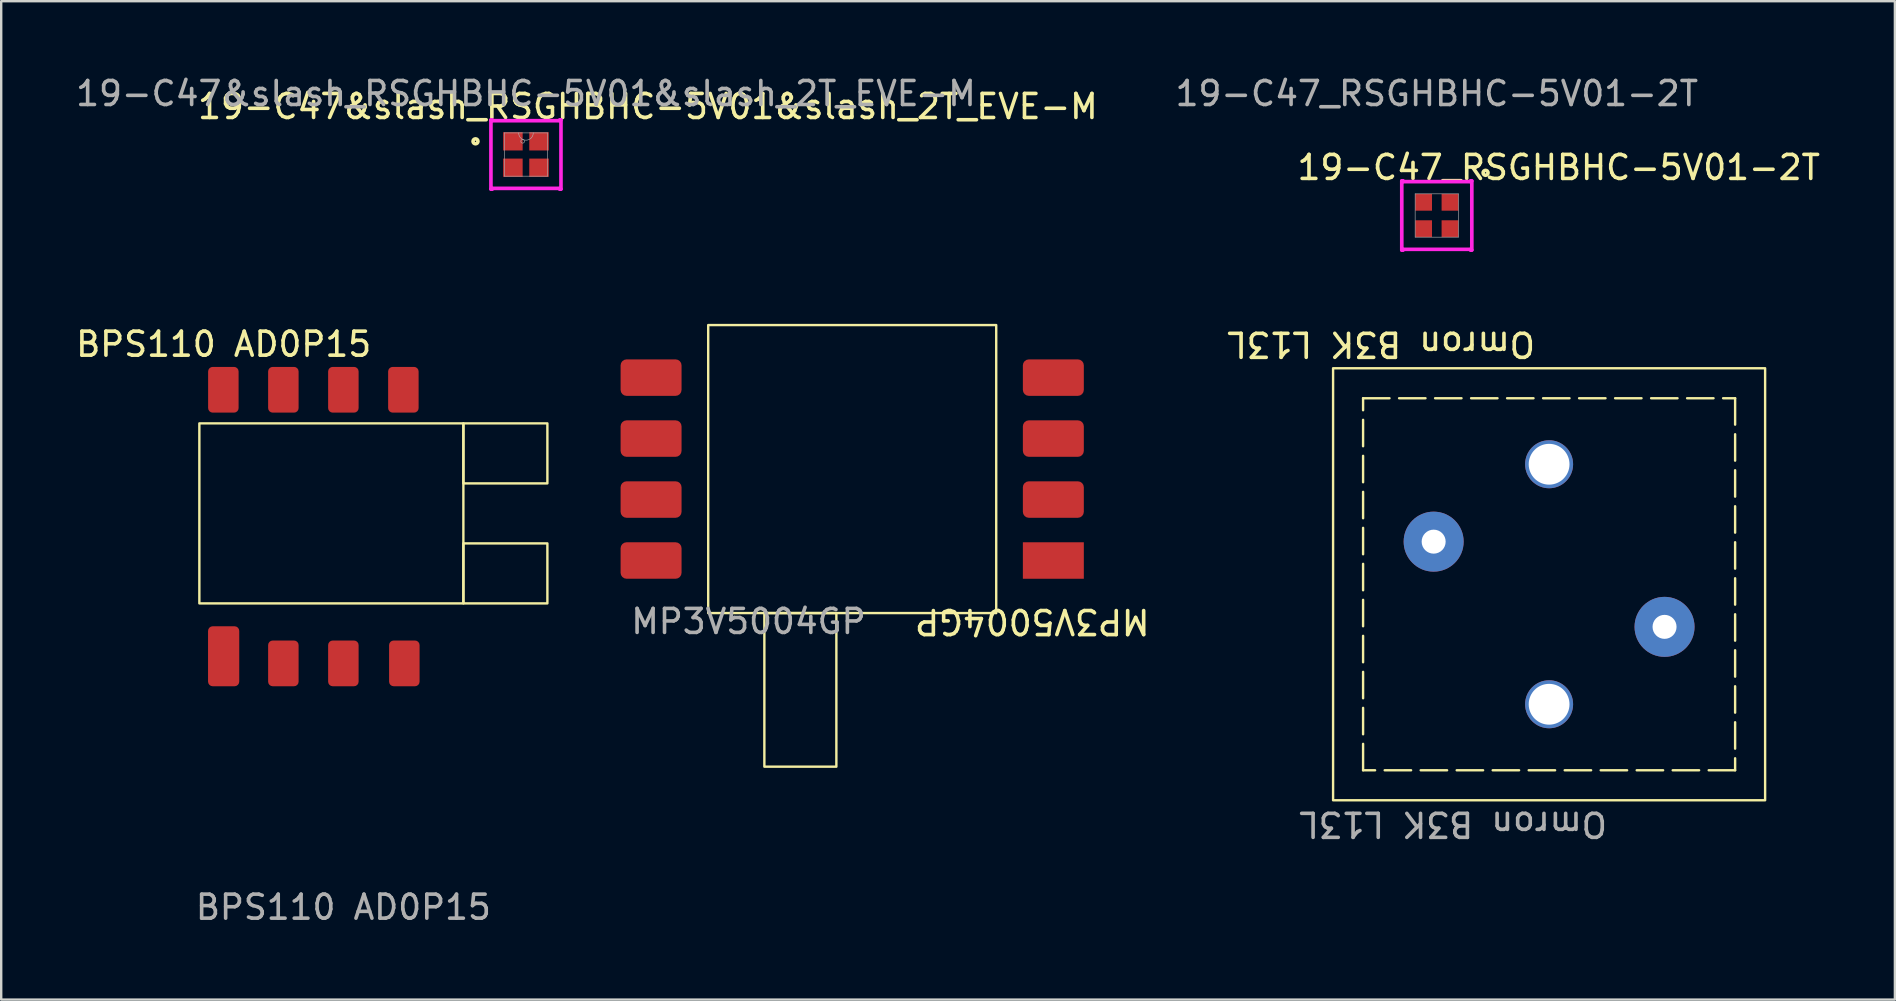
<source format=kicad_pcb>
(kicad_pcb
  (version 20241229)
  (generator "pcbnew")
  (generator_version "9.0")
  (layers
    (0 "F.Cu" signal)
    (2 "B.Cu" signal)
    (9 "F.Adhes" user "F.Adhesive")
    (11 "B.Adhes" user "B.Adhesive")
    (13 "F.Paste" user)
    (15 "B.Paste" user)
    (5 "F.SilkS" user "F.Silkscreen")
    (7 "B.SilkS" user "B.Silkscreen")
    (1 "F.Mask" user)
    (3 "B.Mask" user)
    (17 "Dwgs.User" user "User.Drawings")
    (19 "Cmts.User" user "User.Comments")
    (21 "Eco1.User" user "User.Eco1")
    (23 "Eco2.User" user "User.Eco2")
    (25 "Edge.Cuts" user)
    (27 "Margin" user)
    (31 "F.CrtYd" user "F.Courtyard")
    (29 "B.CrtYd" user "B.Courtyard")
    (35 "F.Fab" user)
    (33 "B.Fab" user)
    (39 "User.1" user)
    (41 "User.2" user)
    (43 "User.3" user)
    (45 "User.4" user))
  (footprint "MP3V5004GP"
    (layer "F.Cu")
    (at 40.836 20.303)
    (property "Reference" "MP3V5004GP" (at -0.88 2.54 180) (unlocked yes) (layer "F.SilkS") (effects (font (size 1 1) (thickness 0.15))))
    (attr smd)
    (fp_rect (start -14.38 -9.81) (end -2.38 2.19) (stroke (width 0.1) (type solid)) (fill no) (layer "F.SilkS"))
    (fp_rect (start -12.04 2.19) (end -9.04 8.59) (stroke (width 0.1) (type solid)) (fill no) (layer "F.SilkS"))
    (fp_text user "${REFERENCE}" (at -12.7 2.54 0) (unlocked yes) (layer "F.Fab") (effects (font (size 1 1) (thickness 0.15))))
    (pad "1" smd rect (at 0 0) (size 2.54 1.52) (layers "F.Cu" "F.Mask" "F.Paste"))
    (pad "2" smd roundrect (at 0 -2.54) (size 2.54 1.52) (layers "F.Cu" "F.Mask" "F.Paste") (roundrect_rratio 0.164))
    (pad "3" smd roundrect (at 0 -5.08) (size 2.54 1.52) (layers "F.Cu" "F.Mask" "F.Paste") (roundrect_rratio 0.164))
    (pad "4" smd roundrect (at 0 -7.62) (size 2.54 1.52) (layers "F.Cu" "F.Mask" "F.Paste") (roundrect_rratio 0.164))
    (pad "5" smd roundrect (at -16.76 -7.62) (size 2.54 1.52) (layers "F.Cu" "F.Mask" "F.Paste") (roundrect_rratio 0.164))
    (pad "6" smd roundrect (at -16.76 -5.08) (size 2.54 1.52) (layers "F.Cu" "F.Mask" "F.Paste") (roundrect_rratio 0.164))
    (pad "7" smd roundrect (at -16.76 -2.54) (size 2.54 1.52) (layers "F.Cu" "F.Mask" "F.Paste") (roundrect_rratio 0.164))
    (pad "8" smd roundrect (at -16.76 0) (size 2.54 1.52) (layers "F.Cu" "F.Mask" "F.Paste") (roundrect_rratio 0.164)))
  (footprint "19-C47&slash_RSGHBHC-5V01&slash_2T_EVE-M"
    (layer "F.Cu")
    (at 18.863 3.388)
    (property "Reference" "19-C47&slash_RSGHBHC-5V01&slash_2T_EVE-M" (at 5.08 -2 0) (unlocked yes) (layer "F.SilkS") (effects (font (size 1 1) (thickness 0.15))))
    (attr smd)
    (fp_circle (center -2.102 -0.55) (end -2 -0.55) (stroke (width 0.152) (type solid)) (fill no) (layer "F.SilkS"))
    (fp_line (start -1.459 -1.439) (end -1.41 -1.439) (stroke (width 0.152) (type solid)) (layer "F.CrtYd"))
    (fp_line (start -1.459 1.439) (end -1.459 -1.439) (stroke (width 0.152) (type solid)) (layer "F.CrtYd"))
    (fp_line (start -1.459 1.439) (end -1.41 1.439) (stroke (width 0.152) (type solid)) (layer "F.CrtYd"))
    (fp_line (start -1.41 -1.439) (end -1.41 -1.41) (stroke (width 0.152) (type solid)) (layer "F.CrtYd"))
    (fp_line (start -1.41 -1.41) (end 1.41 -1.41) (stroke (width 0.152) (type solid)) (layer "F.CrtYd"))
    (fp_line (start -1.41 1.41) (end -1.41 1.439) (stroke (width 0.152) (type solid)) (layer "F.CrtYd"))
    (fp_line (start 1.41 -1.41) (end 1.41 -1.439) (stroke (width 0.152) (type solid)) (layer "F.CrtYd"))
    (fp_line (start 1.41 1.41) (end -1.41 1.41) (stroke (width 0.152) (type solid)) (layer "F.CrtYd"))
    (fp_line (start 1.41 1.439) (end 1.41 1.41) (stroke (width 0.152) (type solid)) (layer "F.CrtYd"))
    (fp_line (start 1.459 -1.439) (end 1.41 -1.439) (stroke (width 0.152) (type solid)) (layer "F.CrtYd"))
    (fp_line (start 1.459 -1.439) (end 1.459 1.439) (stroke (width 0.152) (type solid)) (layer "F.CrtYd"))
    (fp_line (start 1.459 1.439) (end 1.41 1.439) (stroke (width 0.152) (type solid)) (layer "F.CrtYd"))
    (fp_line (start -0.902 -0.902) (end -0.902 0.902) (stroke (width 0.025) (type solid)) (layer "F.Fab"))
    (fp_line (start -0.902 0.902) (end 0.902 0.902) (stroke (width 0.025) (type solid)) (layer "F.Fab"))
    (fp_line (start 0.902 -0.902) (end -0.902 -0.902) (stroke (width 0.025) (type solid)) (layer "F.Fab"))
    (fp_line (start 0.902 0.902) (end 0.902 -0.902) (stroke (width 0.025) (type solid)) (layer "F.Fab"))
    (fp_arc (start 0.3048 -0.9017) (mid 0 -0.5969) (end -0.3048 -0.9017) (stroke (width 0.0254) (type solid)) (layer "F.Fab"))
    (fp_circle (center -0.138 -0.55) (end -0.062 -0.55) (stroke (width 0.025) (type solid)) (fill no) (layer "F.Fab"))
    (fp_text user "${REFERENCE}" (at 0 -2.54 0) (unlocked yes) (layer "F.Fab") (effects (font (size 1 1) (thickness 0.15))))
    (pad "1" smd rect (at -0.544 -0.55) (size 0.813 0.762) (layers "F.Cu" "F.Mask" "F.Paste"))
    (pad "2" smd rect (at -0.544 0.55) (size 0.813 0.762) (layers "F.Cu" "F.Mask" "F.Paste"))
    (pad "3" smd rect (at 0.544 0.55) (size 0.813 0.762) (layers "F.Cu" "F.Mask" "F.Paste"))
    (pad "4" smd rect (at 0.544 -0.55) (size 0.813 0.762) (layers "F.Cu" "F.Mask" "F.Paste")))
  (footprint "BPS110 AD0P15"
    (layer "F.Cu")
    (at 11.256 24.589)
    (property "Reference" "BPS110 AD0P15" (at -4.988 -13.297 0) (unlocked yes) (layer "F.SilkS") (effects (font (size 1 1) (thickness 0.15))))
    (attr smd)
    (fp_rect (start -6 -10) (end 5 -2.5) (stroke (width 0.1) (type default)) (fill no) (layer "F.SilkS"))
    (fp_rect (start 5 -10) (end 8.5 -7.5) (stroke (width 0.1) (type default)) (fill no) (layer "F.SilkS"))
    (fp_rect (start 5 -5) (end 8.5 -2.5) (stroke (width 0.1) (type default)) (fill no) (layer "F.SilkS"))
    (fp_text user "${REFERENCE}" (at 0 10.16 0) (unlocked yes) (layer "F.Fab") (effects (font (size 1 1) (thickness 0.15))))
    (pad "1" smd roundrect (at -4.988 -0.297 90) (size 2.5 1.3) (layers "F.Cu" "F.Mask" "F.Paste") (roundrect_rratio 0.15))
    (pad "2" smd roundrect (at -2.5 0 90) (size 1.905 1.27) (layers "F.Cu" "F.Mask" "F.Paste") (roundrect_rratio 0.15))
    (pad "3" smd roundrect (at 0 0 90) (size 1.905 1.27) (layers "F.Cu" "F.Mask" "F.Paste") (roundrect_rratio 0.15))
    (pad "4" smd roundrect (at 2.54 0 90) (size 1.905 1.27) (layers "F.Cu" "F.Mask" "F.Paste") (roundrect_rratio 0.15))
    (pad "5" smd roundrect (at 2.5 -11.4 90) (size 1.905 1.27) (layers "F.Cu" "F.Mask" "F.Paste") (roundrect_rratio 0.15))
    (pad "6" smd roundrect (at 0 -11.4 90) (size 1.905 1.27) (layers "F.Cu" "F.Mask" "F.Paste") (roundrect_rratio 0.15))
    (pad "7" smd roundrect (at -2.5 -11.4 90) (size 1.905 1.27) (layers "F.Cu" "F.Mask" "F.Paste") (roundrect_rratio 0.15))
    (pad "8" smd roundrect (at -5 -11.4 90) (size 1.905 1.27) (layers "F.Cu" "F.Mask" "F.Paste") (roundrect_rratio 0.15)))
  (footprint "19-C47_RSGHBHC-5V01-2T"
    (layer "F.Cu")
    (at 56.812 5.928)
    (property "Reference" "19-C47_RSGHBHC-5V01-2T" (at 5.08 -2 0) (unlocked yes) (layer "F.SilkS") (effects (font (size 1 1) (thickness 0.15))))
    (attr smd)
    (fp_circle (center 2.032 -1.778) (end 2.134 -1.778) (stroke (width 0.152) (type solid)) (fill no) (layer "F.SilkS"))
    (fp_line (start -1.459 -1.439) (end -1.41 -1.439) (stroke (width 0.152) (type solid)) (layer "F.CrtYd"))
    (fp_line (start -1.459 1.439) (end -1.459 -1.439) (stroke (width 0.152) (type solid)) (layer "F.CrtYd"))
    (fp_line (start -1.459 1.439) (end -1.41 1.439) (stroke (width 0.152) (type solid)) (layer "F.CrtYd"))
    (fp_line (start -1.41 -1.439) (end -1.41 -1.41) (stroke (width 0.152) (type solid)) (layer "F.CrtYd"))
    (fp_line (start -1.41 -1.41) (end 1.41 -1.41) (stroke (width 0.152) (type solid)) (layer "F.CrtYd"))
    (fp_line (start -1.41 1.41) (end -1.41 1.439) (stroke (width 0.152) (type solid)) (layer "F.CrtYd"))
    (fp_line (start 1.41 -1.41) (end 1.41 -1.439) (stroke (width 0.152) (type solid)) (layer "F.CrtYd"))
    (fp_line (start 1.41 1.41) (end -1.41 1.41) (stroke (width 0.152) (type solid)) (layer "F.CrtYd"))
    (fp_line (start 1.41 1.439) (end 1.41 1.41) (stroke (width 0.152) (type solid)) (layer "F.CrtYd"))
    (fp_line (start 1.459 -1.439) (end 1.41 -1.439) (stroke (width 0.152) (type solid)) (layer "F.CrtYd"))
    (fp_line (start 1.459 -1.439) (end 1.459 1.439) (stroke (width 0.152) (type solid)) (layer "F.CrtYd"))
    (fp_line (start 1.459 1.439) (end 1.41 1.439) (stroke (width 0.152) (type solid)) (layer "F.CrtYd"))
    (fp_line (start -0.902 -0.902) (end -0.902 0.902) (stroke (width 0.025) (type solid)) (layer "F.Fab"))
    (fp_line (start -0.902 0.902) (end 0.902 0.902) (stroke (width 0.025) (type solid)) (layer "F.Fab"))
    (fp_line (start 0.902 -0.902) (end -0.902 -0.902) (stroke (width 0.025) (type solid)) (layer "F.Fab"))
    (fp_line (start 0.902 0.902) (end 0.902 -0.902) (stroke (width 0.025) (type solid)) (layer "F.Fab"))
    (fp_text user "${REFERENCE}" (at 0 -5.08 0) (unlocked yes) (layer "F.Fab") (effects (font (size 1 1) (thickness 0.15))))
    (pad "1" smd rect (at 0.55 -0.55) (size 0.7 0.7) (layers "F.Cu" "F.Mask" "F.Paste"))
    (pad "2" smd rect (at 0.55 0.55) (size 0.7 0.7) (layers "F.Cu" "F.Mask" "F.Paste"))
    (pad "3" smd rect (at -0.55 0.55) (size 0.7 0.7) (layers "F.Cu" "F.Mask" "F.Paste"))
    (pad "4" smd rect (at -0.55 -0.55) (size 0.7 0.7) (layers "F.Cu" "F.Mask" "F.Paste")))
  (footprint "Omron B3K L13L"
    (layer "F.Cu")
    (at 61.491 21.292)
    (property "Reference" "Omron B3K L13L" (at -7 -10 180) (unlocked yes) (layer "F.SilkS") (effects (font (size 1 1) (thickness 0.15))))
    (attr smd)
    (fp_rect (start -9 -9) (end 9 9) (stroke (width 0.1) (type solid)) (fill no) (layer "F.SilkS"))
    (fp_rect (start -7.75 -7.75) (end 7.75 7.75) (stroke (width 0.1) (type dash)) (fill no) (layer "F.SilkS"))
    (fp_text user "${REFERENCE}" (at -4 10 180) (unlocked yes) (layer "F.Fab") (effects (font (size 1 1) (thickness 0.15))))
    (pad "" thru_hole circle (at 0 -5 180) (size 2 2) (drill 1.7) (property pad_prop_mechanical) (layers "*.Cu" "*.Mask"))
    (pad "" thru_hole circle (at 0 5 180) (size 2 2) (drill 1.7) (property pad_prop_mechanical) (layers "*.Cu" "*.Mask") (remove_unused_layers yes) (keep_end_layers yes) (zone_layer_connections))
    (pad "1" thru_hole circle (at -4.81 -1.775 180) (size 2.5 2.5) (drill 1) (layers "*.Cu" "*.Mask"))
    (pad "2" thru_hole circle (at 4.81 1.775 180) (size 2.5 2.5) (drill 1) (layers "*.Cu" "*.Mask")))
  (gr_rect
    (start -3 -3)
    (end 75.898 38.597)
    (stroke (width 0.1) (type default))
    (fill no)
    (layer "Edge.Cuts")))
</source>
